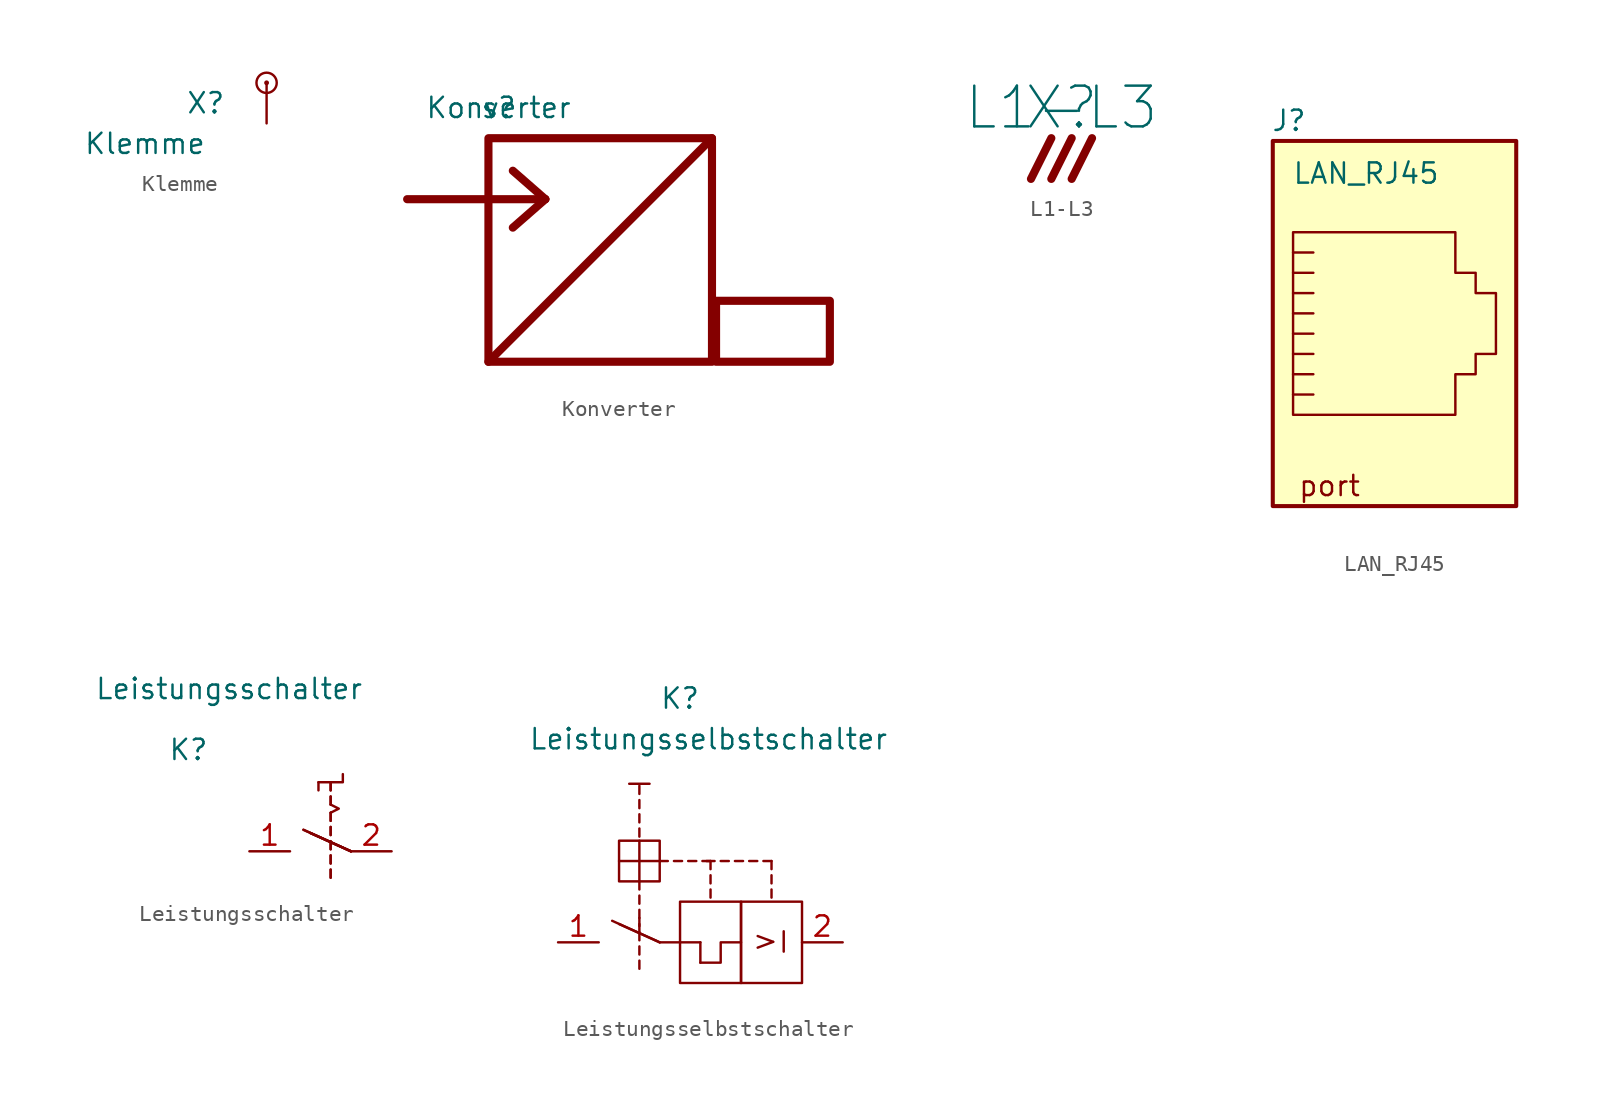
<source format=kicad_sym>
(kicad_symbol_lib
  (version 20231120)
  (generator "kicad_symbol_editor")
  (generator_version "8.0")
  (symbol "Klemme"
    (pin_numbers hide)
    (pin_names
      (offset 1.016) hide)
    (property "Reference" "X"
      (at -3.81 -1.27 0)
      (effects (font (size 1.27 1.27))))
    (property "Value" "Klemme"
      (at -7.62 -3.81 0)
      (effects (font (size 1.27 1.27))))
    (symbol "Klemme_0_1"
      (circle (center 0 0) (radius 0.0001) (stroke (width 0) (type solid)) (fill (type none)))
      (circle (center 0 0) (radius 0.635) (stroke (width 0) (type solid)) (fill (type none))))
    (symbol "Klemme_1_1"
      (pin input line (at 0 0 270) (length 2.54) (name "~" (effects (font (size 1.27 1.27)))) (number "~" (effects (font (size 1.27 1.27)))))))
  (symbol "Konverter"
    (pin_names
      (offset 1.016))
    (property "Reference" "s"
      (at 0.635 1.905 0)
      (effects (font (size 1.27 1.27))))
    (property "Value" "Konverter"
      (at 0.635 1.905 0)
      (effects (font (size 1.27 1.27))))
    (symbol "Konverter_1_1"
      (polyline (pts (xy 0 -13.97) (xy 13.97 0)) (stroke (width 0.508) (type solid)) (fill (type none)))
      (polyline (pts (xy 1.524 -5.588) (xy 3.556 -3.81)) (stroke (width 0.508) (type solid)) (fill (type none)))
      (polyline (pts (xy 1.524 -2.032) (xy 3.556 -3.81)) (stroke (width 0.508) (type solid)) (fill (type none)))
      (polyline (pts (xy 3.556 -3.81) (xy -5.08 -3.81)) (stroke (width 0.508) (type solid)) (fill (type none)))
      (rectangle (start 0 0) (end 13.97 -13.97) (stroke (width 0.508) (type solid)) (fill (type none)))
      (rectangle (start 14.224 -10.16) (end 21.336 -13.97) (stroke (width 0.508) (type solid)) (fill (type none)))))
  (symbol "L1-L3"
    (pin_names
      (offset 1.016))
    (property "Reference" "X"
      (at 1.905 4.445 0)
      (effects (font (size 2.54 2.54))))
    (property "Value" "L1-L3"
      (at 1.905 4.445 0)
      (effects (font (size 2.54 2.54))))
    (symbol "L1-L3_1_0"
      (polyline (pts (xy 0 0) (xy 1.27 2.54)) (stroke (width 0.508) (type solid)) (fill (type outline)))
      (polyline (pts (xy 1.27 0) (xy 2.54 2.54)) (stroke (width 0.508) (type solid)) (fill (type outline)))
      (polyline (pts (xy 2.54 0) (xy 3.81 2.54)) (stroke (width 0.508) (type solid)) (fill (type outline)))))
  (symbol "LAN_RJ45"
    (pin_names
      (offset 1.016))
    (property "Reference" "J"
      (at 1.016 1.27 0)
      (effects (font (size 1.27 1.27))))
    (property "Value" "LAN_RJ45"
      (at 5.842 -2.032 0)
      (effects (font (size 1.27 1.27))))
    (symbol "LAN_RJ45_0_0"
      (text "port" (at 3.556 -21.59 0) (effects (font (size 1.27 1.27)))))
    (symbol "LAN_RJ45_1_1"
      (polyline (pts (xy 2.54 -8.255) (xy 1.27 -8.255)) (stroke (width 0) (type solid)) (fill (type none)))
      (polyline (pts (xy 2.54 -6.985) (xy 1.27 -6.985)) (stroke (width 0) (type solid)) (fill (type none)))
      (polyline (pts (xy 1.27 -15.875) (xy 2.54 -15.875) (xy 2.54 -15.875)) (stroke (width 0) (type solid)) (fill (type none)))
      (polyline (pts (xy 1.27 -14.605) (xy 2.54 -14.605) (xy 2.54 -14.605)) (stroke (width 0) (type solid)) (fill (type none)))
      (polyline (pts (xy 1.27 -13.335) (xy 2.54 -13.335) (xy 2.54 -13.335)) (stroke (width 0) (type solid)) (fill (type none)))
      (polyline (pts (xy 1.27 -12.065) (xy 2.54 -12.065) (xy 2.54 -12.065)) (stroke (width 0) (type solid)) (fill (type none)))
      (polyline (pts (xy 1.27 -10.795) (xy 2.54 -10.795) (xy 2.54 -10.795)) (stroke (width 0) (type solid)) (fill (type none)))
      (polyline (pts (xy 2.54 -9.525) (xy 1.27 -9.525) (xy 1.27 -9.525)) (stroke (width 0) (type solid)) (fill (type none)))
      (polyline (pts (xy 1.27 -17.145) (xy 1.27 -5.715) (xy 11.43 -5.715) (xy 11.43 -8.255) (xy 12.7 -8.255) (xy 12.7 -9.525) (xy 13.97 -9.525) (xy 13.97 -13.335) (xy 12.7 -13.335) (xy 12.7 -14.605) (xy 11.43 -14.605) (xy 11.43 -17.145) (xy 1.27 -17.145) (xy 1.27 -17.145)) (stroke (width 0) (type solid)) (fill (type none)))
      (rectangle (start 15.24 0) (end 0 -22.86) (stroke (width 0.254) (type solid)) (fill (type background)))))
  (symbol "Leistungsschalter"
    (pin_names
      (offset 1.016))
    (property "Reference" "K"
      (at -3.81 1.27 0)
      (effects (font (size 1.27 1.27))))
    (property "Value" "Leistungsschalter"
      (at -1.27 5.08 0)
      (effects (font (size 1.27 1.27))))
    (symbol "Leistungsschalter_1_1"
      (polyline (pts (xy 6.35 -5.08) (xy 3.378 -3.734)) (stroke (width 0) (type solid)) (fill (type none)))
      (polyline (pts (xy 6.35 -5.08) (xy 3.378 -3.734)) (stroke (width 0) (type solid)) (fill (type none)))
      (polyline (pts (xy 6.35 -5.08) (xy 3.81 -3.937)) (stroke (width 0) (type solid)) (fill (type none)))
      (polyline (pts (xy 6.35 -5.08) (xy 3.81 -3.937)) (stroke (width 0) (type solid)) (fill (type none)))
      (polyline (pts (xy 4.318 -0.762) (xy 4.318 -1.27) (xy 4.318 -0.762)) (stroke (width 0) (type solid)) (fill (type none)))
      (polyline (pts (xy 4.318 -0.762) (xy 5.842 -0.762) (xy 5.842 -0.254)) (stroke (width 0) (type solid)) (fill (type none)))
      (polyline (pts (xy 5.08 -2.159) (xy 5.588 -2.413) (xy 5.08 -2.667)) (stroke (width 0) (type solid)) (fill (type none)))
      (rectangle (start 5.08 -6.731) (end 5.08 -6.223) (stroke (width 0) (type solid)) (fill (type none)))
      (rectangle (start 5.08 -6.731) (end 5.08 -6.223) (stroke (width 0) (type solid)) (fill (type none)))
      (rectangle (start 5.08 -5.842) (end 5.08 -5.334) (stroke (width 0) (type solid)) (fill (type none)))
      (rectangle (start 5.08 -5.842) (end 5.08 -5.334) (stroke (width 0) (type solid)) (fill (type none)))
      (rectangle (start 5.08 -4.953) (end 5.08 -4.445) (stroke (width 0) (type solid)) (fill (type none)))
      (rectangle (start 5.08 -4.953) (end 5.08 -4.445) (stroke (width 0) (type solid)) (fill (type none)))
      (rectangle (start 5.08 -4.064) (end 5.08 -3.556) (stroke (width 0) (type solid)) (fill (type none)))
      (rectangle (start 5.08 -4.064) (end 5.08 -3.556) (stroke (width 0) (type solid)) (fill (type none)))
      (rectangle (start 5.08 -3.175) (end 5.08 -2.667) (stroke (width 0) (type solid)) (fill (type none)))
      (rectangle (start 5.08 -3.175) (end 5.08 -2.667) (stroke (width 0) (type solid)) (fill (type none)))
      (rectangle (start 5.08 -2.159) (end 5.08 -1.651) (stroke (width 0) (type solid)) (fill (type none)))
      (rectangle (start 5.08 -2.159) (end 5.08 -1.651) (stroke (width 0) (type solid)) (fill (type none)))
      (rectangle (start 5.08 -1.27) (end 5.08 -0.762) (stroke (width 0) (type solid)) (fill (type none)))
      (rectangle (start 5.08 -1.27) (end 5.08 -0.762) (stroke (width 0) (type solid)) (fill (type none)))
      (pin input line (at 0 -5.08 0) (length 2.54) (name "~" (effects (font (size 1.27 1.27)))) (number "1" (effects (font (size 1.27 1.27)))))
      (pin input line (at 8.89 -5.08 180) (length 2.54) (name "~" (effects (font (size 1.27 1.27)))) (number "2" (effects (font (size 1.27 1.27)))))))
  (symbol "Leistungsselbstschalter"
    (pin_names
      (offset 1.016))
    (property "Reference" "K"
      (at -3.81 8.89 0)
      (effects (font (size 1.27 1.27))))
    (property "Value" "Leistungsselbstschalter"
      (at -2.032 6.35 0)
      (effects (font (size 1.27 1.27))))
    (symbol "Leistungsselbstschalter_1_0"
      (rectangle (start -3.81 -3.81) (end 0 -8.89) (stroke (width 0) (type solid)) (fill (type none)))
      (rectangle (start 0 -3.81) (end 3.81 -8.89) (stroke (width 0) (type solid)) (fill (type none)))
      (polyline (pts (xy -6.985 3.556) (xy -5.715 3.556)) (stroke (width 0) (type solid)) (fill (type none)))
      (polyline (pts (xy -6.35 0) (xy -6.35 -2.54)) (stroke (width 0) (type solid)) (fill (type none)))
      (polyline (pts (xy -7.62 -1.27) (xy -5.08 -1.27) (xy -6.35 -1.27)) (stroke (width 0) (type solid)) (fill (type none)))
      (text ">" (at 1.524 -6.223 0) (effects (font (size 1.27 1.27))))
      (text "I" (at 2.667 -6.35 0) (effects (font (size 1.27 1.27)))))
    (symbol "Leistungsselbstschalter_1_1"
      (rectangle (start -7.62 0) (end -5.08 -2.54) (stroke (width 0) (type solid)) (fill (type none)))
      (rectangle (start -6.35 -8.001) (end -6.35 -7.493) (stroke (width 0) (type solid)) (fill (type none)))
      (rectangle (start -6.35 -7.112) (end -6.35 -6.604) (stroke (width 0) (type solid)) (fill (type none)))
      (rectangle (start -6.35 -6.223) (end -6.35 -5.715) (stroke (width 0) (type solid)) (fill (type none)))
      (rectangle (start -6.35 -5.715) (end -6.35 -5.207) (stroke (width 0) (type solid)) (fill (type none)))
      (rectangle (start -6.35 -5.334) (end -6.35 -4.826) (stroke (width 0) (type solid)) (fill (type none)))
      (rectangle (start -6.35 -4.826) (end -6.35 -4.318) (stroke (width 0) (type solid)) (fill (type none)))
      (rectangle (start -6.35 -3.937) (end -6.35 -3.429) (stroke (width 0) (type solid)) (fill (type none)))
      (rectangle (start -6.35 -3.048) (end -6.35 -2.54) (stroke (width 0) (type solid)) (fill (type none)))
      (rectangle (start -6.35 0.254) (end -6.35 0.762) (stroke (width 0) (type solid)) (fill (type none)))
      (rectangle (start -6.35 1.143) (end -6.35 1.651) (stroke (width 0) (type solid)) (fill (type none)))
      (rectangle (start -6.35 2.032) (end -6.35 2.54) (stroke (width 0) (type solid)) (fill (type none)))
      (rectangle (start -6.35 2.921) (end -6.35 3.429) (stroke (width 0) (type solid)) (fill (type none)))
      (rectangle (start -5.08 -1.27) (end -4.572 -1.27) (stroke (width 0) (type solid)) (fill (type none)))
      (rectangle (start -4.191 -1.27) (end -3.683 -1.27) (stroke (width 0) (type solid)) (fill (type none)))
      (rectangle (start -3.302 -1.27) (end -2.794 -1.27) (stroke (width 0) (type solid)) (fill (type none)))
      (rectangle (start -2.413 -1.27) (end -1.905 -1.27) (stroke (width 0) (type solid)) (fill (type none)))
      (rectangle (start -2.159 -1.27) (end -1.651 -1.27) (stroke (width 0) (type solid)) (fill (type none)))
      (rectangle (start -1.905 -3.556) (end -1.905 -3.048) (stroke (width 0) (type solid)) (fill (type none)))
      (rectangle (start -1.905 -2.667) (end -1.905 -2.159) (stroke (width 0) (type solid)) (fill (type none)))
      (rectangle (start -1.905 -1.778) (end -1.905 -1.27) (stroke (width 0) (type solid)) (fill (type none)))
      (rectangle (start -1.27 -1.27) (end -0.762 -1.27) (stroke (width 0) (type solid)) (fill (type none)))
      (rectangle (start -0.381 -1.27) (end 0.127 -1.27) (stroke (width 0) (type solid)) (fill (type none)))
      (polyline (pts (xy -5.08 -6.35) (xy -8.052 -5.004)) (stroke (width 0) (type solid)) (fill (type none)))
      (polyline (pts (xy -5.08 -6.35) (xy -7.62 -5.207)) (stroke (width 0) (type solid)) (fill (type none)))
      (polyline (pts (xy -5.08 -6.35) (xy -2.54 -6.35)) (stroke (width 0) (type solid)) (fill (type none)))
      (polyline (pts (xy -2.54 -6.35) (xy -2.54 -7.62)) (stroke (width 0) (type solid)) (fill (type none)))
      (polyline (pts (xy -2.54 -7.62) (xy -1.27 -7.62) (xy -1.27 -6.35) (xy 0 -6.35)) (stroke (width 0) (type solid)) (fill (type none)))
      (rectangle (start 0.508 -1.27) (end 1.016 -1.27) (stroke (width 0) (type solid)) (fill (type none)))
      (rectangle (start 1.397 -1.27) (end 1.905 -1.27) (stroke (width 0) (type solid)) (fill (type none)))
      (rectangle (start 1.905 -3.556) (end 1.905 -3.048) (stroke (width 0) (type solid)) (fill (type none)))
      (rectangle (start 1.905 -2.667) (end 1.905 -2.159) (stroke (width 0) (type solid)) (fill (type none)))
      (rectangle (start 1.905 -1.778) (end 1.905 -1.27) (stroke (width 0) (type solid)) (fill (type none)))
      (pin output line (at -11.43 -6.35 0) (length 2.54) (name "~" (effects (font (size 1.27 1.27)))) (number "1" (effects (font (size 1.27 1.27)))))
      (pin input line (at 6.35 -6.35 180) (length 2.54) (name "~" (effects (font (size 1.27 1.27)))) (number "2" (effects (font (size 1.27 1.27))))))))
</source>
